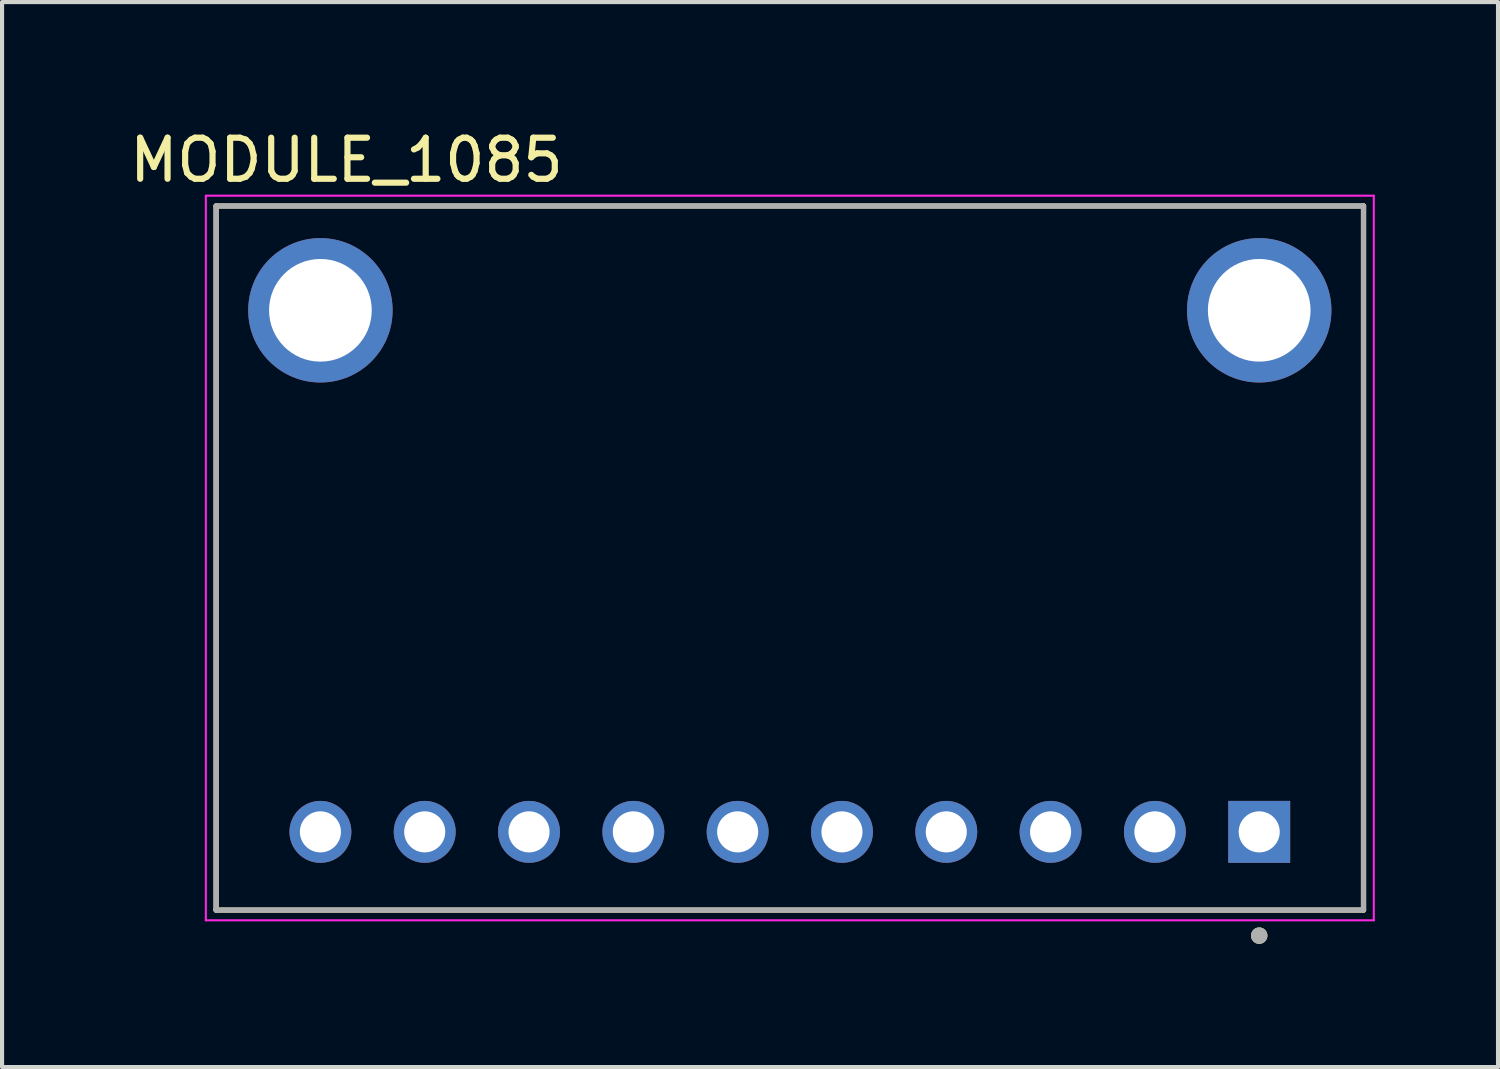
<source format=kicad_pcb>
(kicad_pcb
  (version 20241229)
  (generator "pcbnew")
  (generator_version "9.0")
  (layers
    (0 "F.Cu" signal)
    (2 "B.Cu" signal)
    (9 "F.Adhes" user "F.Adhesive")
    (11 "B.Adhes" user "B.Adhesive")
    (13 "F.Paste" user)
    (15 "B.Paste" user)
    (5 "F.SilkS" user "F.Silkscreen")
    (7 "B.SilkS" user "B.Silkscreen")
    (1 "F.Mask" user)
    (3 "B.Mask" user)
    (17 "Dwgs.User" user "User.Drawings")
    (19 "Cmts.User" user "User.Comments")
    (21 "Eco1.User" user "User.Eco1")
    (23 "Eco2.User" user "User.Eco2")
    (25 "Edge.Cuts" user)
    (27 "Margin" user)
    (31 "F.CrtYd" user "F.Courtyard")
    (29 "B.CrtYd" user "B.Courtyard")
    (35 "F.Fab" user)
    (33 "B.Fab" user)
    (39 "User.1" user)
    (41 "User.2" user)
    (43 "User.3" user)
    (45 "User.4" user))
  (footprint "MODULE_1085"
    (layer "F.Cu")
    (at 16.182 10.538)
    (property "Reference" "MODULE_1085" (at -10.795 -9.69 0) (layer "F.SilkS") (effects (font (size 1 1) (thickness 0.15))))
    (attr through_hole)
    (fp_line (start -13.97 -8.572) (end 13.97 -8.572) (stroke (width 0.127) (type solid)) (layer "F.SilkS"))
    (fp_line (start -13.97 8.572) (end -13.97 -8.572) (stroke (width 0.127) (type solid)) (layer "F.SilkS"))
    (fp_line (start 13.97 -8.572) (end 13.97 8.572) (stroke (width 0.127) (type solid)) (layer "F.SilkS"))
    (fp_line (start 13.97 8.572) (end -13.97 8.572) (stroke (width 0.127) (type solid)) (layer "F.SilkS"))
    (fp_circle (center 11.43 9.195) (end 11.53 9.195) (stroke (width 0.2) (type solid)) (fill no) (layer "F.SilkS"))
    (fp_line (start -14.22 -8.822) (end 14.22 -8.822) (stroke (width 0.05) (type solid)) (layer "F.CrtYd"))
    (fp_line (start -14.22 8.822) (end -14.22 -8.822) (stroke (width 0.05) (type solid)) (layer "F.CrtYd"))
    (fp_line (start 14.22 -8.822) (end 14.22 8.822) (stroke (width 0.05) (type solid)) (layer "F.CrtYd"))
    (fp_line (start 14.22 8.822) (end -14.22 8.822) (stroke (width 0.05) (type solid)) (layer "F.CrtYd"))
    (fp_line (start -13.97 -8.572) (end 13.97 -8.572) (stroke (width 0.127) (type solid)) (layer "F.Fab"))
    (fp_line (start -13.97 8.572) (end -13.97 -8.572) (stroke (width 0.127) (type solid)) (layer "F.Fab"))
    (fp_line (start 13.97 -8.572) (end 13.97 8.572) (stroke (width 0.127) (type solid)) (layer "F.Fab"))
    (fp_line (start 13.97 8.572) (end -13.97 8.572) (stroke (width 0.127) (type solid)) (layer "F.Fab"))
    (fp_circle (center 11.43 9.195) (end 11.53 9.195) (stroke (width 0.2) (type solid)) (fill no) (layer "F.Fab"))
    (pad "1" thru_hole rect (at 11.43 6.668) (size 1.508 1.508) (drill 1) (layers "*.Cu" "*.Mask"))
    (pad "2" thru_hole circle (at 8.89 6.668) (size 1.508 1.508) (drill 1) (layers "*.Cu" "*.Mask"))
    (pad "3" thru_hole circle (at 6.35 6.668) (size 1.508 1.508) (drill 1) (layers "*.Cu" "*.Mask"))
    (pad "4" thru_hole circle (at 3.81 6.668) (size 1.508 1.508) (drill 1) (layers "*.Cu" "*.Mask"))
    (pad "5" thru_hole circle (at 1.27 6.668) (size 1.508 1.508) (drill 1) (layers "*.Cu" "*.Mask"))
    (pad "6" thru_hole circle (at -1.27 6.668) (size 1.508 1.508) (drill 1) (layers "*.Cu" "*.Mask"))
    (pad "7" thru_hole circle (at -3.81 6.668) (size 1.508 1.508) (drill 1) (layers "*.Cu" "*.Mask"))
    (pad "8" thru_hole circle (at -6.35 6.668) (size 1.508 1.508) (drill 1) (layers "*.Cu" "*.Mask"))
    (pad "9" thru_hole circle (at -8.89 6.668) (size 1.508 1.508) (drill 1) (layers "*.Cu" "*.Mask"))
    (pad "10" thru_hole circle (at -11.43 6.668) (size 1.508 1.508) (drill 1) (layers "*.Cu" "*.Mask"))
    (pad "P1" thru_hole circle (at -11.43 -6.032) (size 3.516 3.516) (drill 2.5) (layers "*.Cu" "*.Mask"))
    (pad "P2" thru_hole circle (at 11.43 -6.032) (size 3.516 3.516) (drill 2.5) (layers "*.Cu" "*.Mask")))
  (gr_rect
    (start -3 -3)
    (end 33.427 22.933)
    (stroke (width 0.1) (type default))
    (fill no)
    (layer "Edge.Cuts")))
</source>
